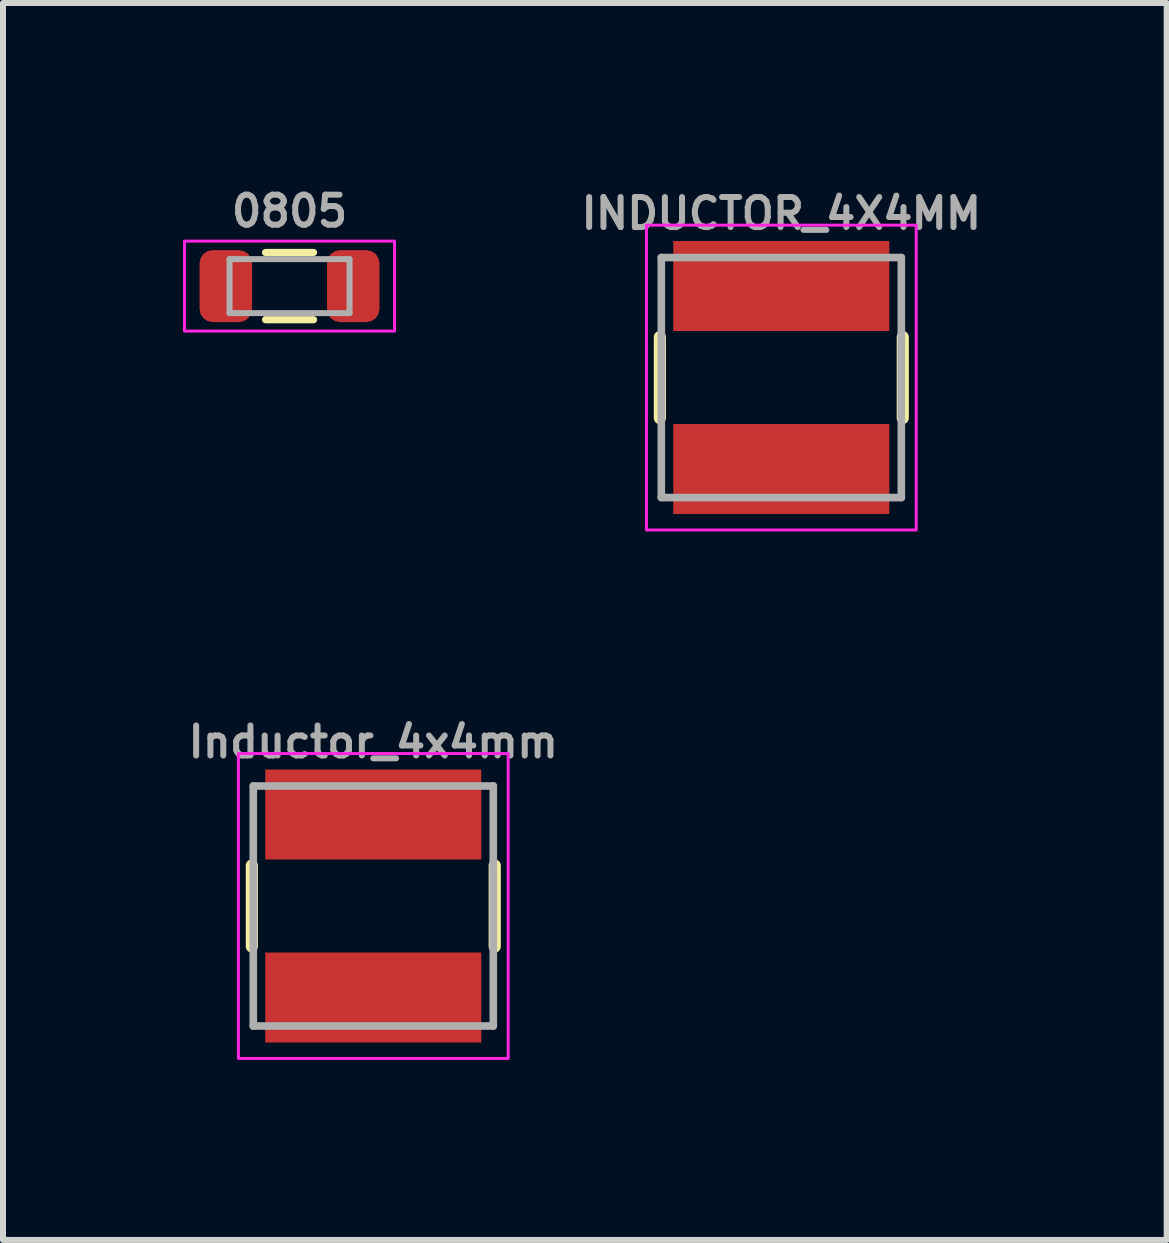
<source format=kicad_pcb>
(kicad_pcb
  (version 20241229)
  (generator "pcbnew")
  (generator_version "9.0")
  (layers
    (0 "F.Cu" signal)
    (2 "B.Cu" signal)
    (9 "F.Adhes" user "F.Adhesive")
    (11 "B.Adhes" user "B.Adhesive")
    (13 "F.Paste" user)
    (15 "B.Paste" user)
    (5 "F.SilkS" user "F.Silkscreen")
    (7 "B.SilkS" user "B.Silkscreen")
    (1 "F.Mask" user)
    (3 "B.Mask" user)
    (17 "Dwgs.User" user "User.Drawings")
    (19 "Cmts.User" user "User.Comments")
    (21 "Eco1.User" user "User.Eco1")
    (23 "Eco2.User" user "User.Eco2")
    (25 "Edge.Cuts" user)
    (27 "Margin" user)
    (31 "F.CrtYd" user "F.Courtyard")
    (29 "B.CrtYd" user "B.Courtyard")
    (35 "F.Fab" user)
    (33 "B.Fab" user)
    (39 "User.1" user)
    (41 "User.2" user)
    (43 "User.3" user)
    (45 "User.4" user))
  (footprint "Inductor_4x4mm"
    (layer "F.Cu")
    (at 3.171 12.049)
    (property "Reference" "Inductor_4x4mm" (at 0 -2.442 0) (layer "F.Fab") (effects (font (size 0.5 0.5) (thickness 0.1) (bold yes)) (justify bottom)))
    (fp_line (start -2.024 -0.675) (end -2.024 0.675) (stroke (width 0.203) (type solid)) (layer "F.SilkS"))
    (fp_line (start 2.024 -0.675) (end 2.024 0.675) (stroke (width 0.203) (type solid)) (layer "F.SilkS"))
    (fp_rect (start 2.248 -2.54) (end -2.248 2.54) (stroke (width 0.05) (type default)) (fill no) (layer "F.CrtYd"))
    (fp_line (start -2 -2) (end -2 2) (stroke (width 0.127) (type solid)) (layer "F.Fab"))
    (fp_line (start -2 2) (end 2 2) (stroke (width 0.127) (type solid)) (layer "F.Fab"))
    (fp_line (start 2 -2) (end -2 -2) (stroke (width 0.127) (type solid)) (layer "F.Fab"))
    (fp_line (start 2 2) (end 2 -2) (stroke (width 0.127) (type solid)) (layer "F.Fab"))
    (pad "1" smd rect (at 0 -1.525) (size 3.6 1.5) (layers "F.Cu" "F.Mask" "F.Paste"))
    (pad "2" smd rect (at 0 1.525) (size 3.6 1.5) (layers "F.Cu" "F.Mask" "F.Paste")))
  (footprint "INDUCTOR_4X4MM"
    (layer "F.Cu")
    (at 9.971 3.242)
    (property "Reference" "INDUCTOR_4X4MM" (at 0 -2.442 0) (layer "F.Fab") (effects (font (size 0.5 0.5) (thickness 0.1) (bold yes)) (justify bottom)))
    (fp_line (start -2.024 -0.675) (end -2.024 0.675) (stroke (width 0.203) (type solid)) (layer "F.SilkS"))
    (fp_line (start 2.024 -0.675) (end 2.024 0.675) (stroke (width 0.203) (type solid)) (layer "F.SilkS"))
    (fp_rect (start 2.248 -2.54) (end -2.248 2.54) (stroke (width 0.05) (type default)) (fill no) (layer "F.CrtYd"))
    (fp_line (start -2 -2) (end -2 2) (stroke (width 0.127) (type solid)) (layer "F.Fab"))
    (fp_line (start -2 2) (end 2 2) (stroke (width 0.127) (type solid)) (layer "F.Fab"))
    (fp_line (start 2 -2) (end -2 -2) (stroke (width 0.127) (type solid)) (layer "F.Fab"))
    (fp_line (start 2 2) (end 2 -2) (stroke (width 0.127) (type solid)) (layer "F.Fab"))
    (pad "1" smd rect (at 0 -1.525) (size 3.6 1.5) (layers "F.Cu" "F.Mask" "F.Paste"))
    (pad "2" smd rect (at 0 1.525) (size 3.6 1.5) (layers "F.Cu" "F.Mask" "F.Paste")))
  (footprint "0805"
    (layer "F.Cu")
    (at 1.775 1.718)
    (property "Reference" "0805" (at 0 -1.25 0) (layer "F.Fab") (effects (font (size 0.5 0.5) (thickness 0.1))))
    (attr smd)
    (fp_line (start -0.4 -0.56) (end 0.4 -0.56) (stroke (width 0.12) (type solid)) (layer "F.SilkS"))
    (fp_line (start -0.4 0.56) (end 0.4 0.56) (stroke (width 0.12) (type solid)) (layer "F.SilkS"))
    (fp_rect (start -1.75 -0.75) (end 1.75 0.75) (stroke (width 0.05) (type default)) (fill no) (layer "F.CrtYd"))
    (fp_line (start -1 -0.45) (end 1 -0.45) (stroke (width 0.1) (type solid)) (layer "F.Fab"))
    (fp_line (start -1 0.45) (end -1 -0.45) (stroke (width 0.1) (type solid)) (layer "F.Fab"))
    (fp_line (start 1 -0.45) (end 1 0.45) (stroke (width 0.1) (type solid)) (layer "F.Fab"))
    (fp_line (start 1 0.45) (end -1 0.45) (stroke (width 0.1) (type solid)) (layer "F.Fab"))
    (pad "1" smd roundrect (at -1.062 0) (size 0.875 1.2) (layers "F.Cu" "F.Mask" "F.Paste") (roundrect_rratio 0.25))
    (pad "2" smd roundrect (at 1.062 0) (size 0.875 1.2) (layers "F.Cu" "F.Mask" "F.Paste") (roundrect_rratio 0.25)))
  (gr_rect
    (start -3 -3)
    (end 16.393 17.614)
    (stroke (width 0.1) (type default))
    (fill no)
    (layer "Edge.Cuts")))
</source>
